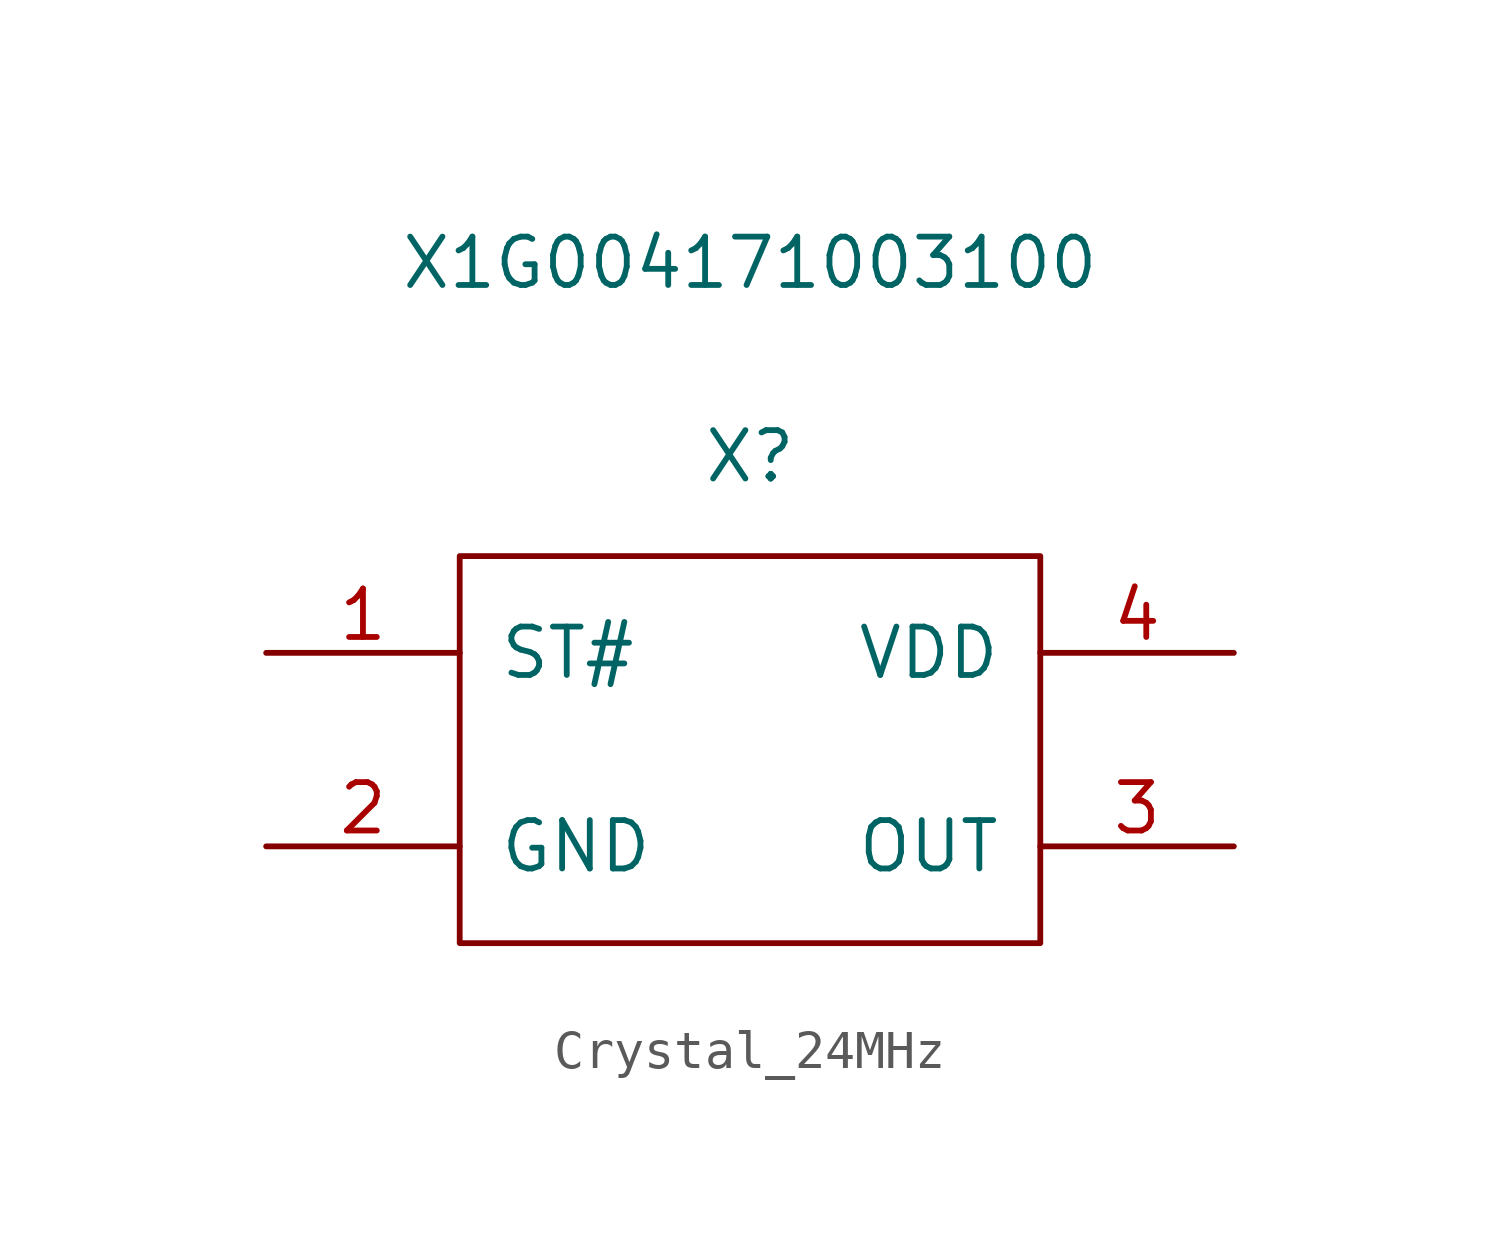
<source format=kicad_sym>
(kicad_symbol_lib
  (version 20231120)
  (generator "kicad_symbol_editor")
  (generator_version "8.0")
  (symbol "Crystal_24MHz"
    (pin_names
      (offset 1.016))
    (property "Reference" "X"
      (at 0 7.696 0)
      (effects (font (size 1.27 1.27))))
    (property "Value" "X1G004171003100"
      (at 0 12.776 0)
      (effects (font (size 1.27 1.27))))
    (symbol "Crystal_24MHz_1_1"
      (rectangle (start -7.62 5.08) (end 7.62 -5.08) (stroke (width 0.152) (type solid)) (fill (type none)))
      (pin input line (at -12.7 2.54 0) (length 5.08) (name "ST#" (effects (font (size 1.27 1.27)))) (number "1" (effects (font (size 1.27 1.27)))))
      (pin power_in line (at -12.7 -2.54 0) (length 5.08) (name "GND" (effects (font (size 1.27 1.27)))) (number "2" (effects (font (size 1.27 1.27)))))
      (pin passive line (at 12.7 -2.54 180) (length 5.08) (name "OUT" (effects (font (size 1.27 1.27)))) (number "3" (effects (font (size 1.27 1.27)))))
      (pin power_in line (at 12.7 2.54 180) (length 5.08) (name "VDD" (effects (font (size 1.27 1.27)))) (number "4" (effects (font (size 1.27 1.27))))))))
</source>
